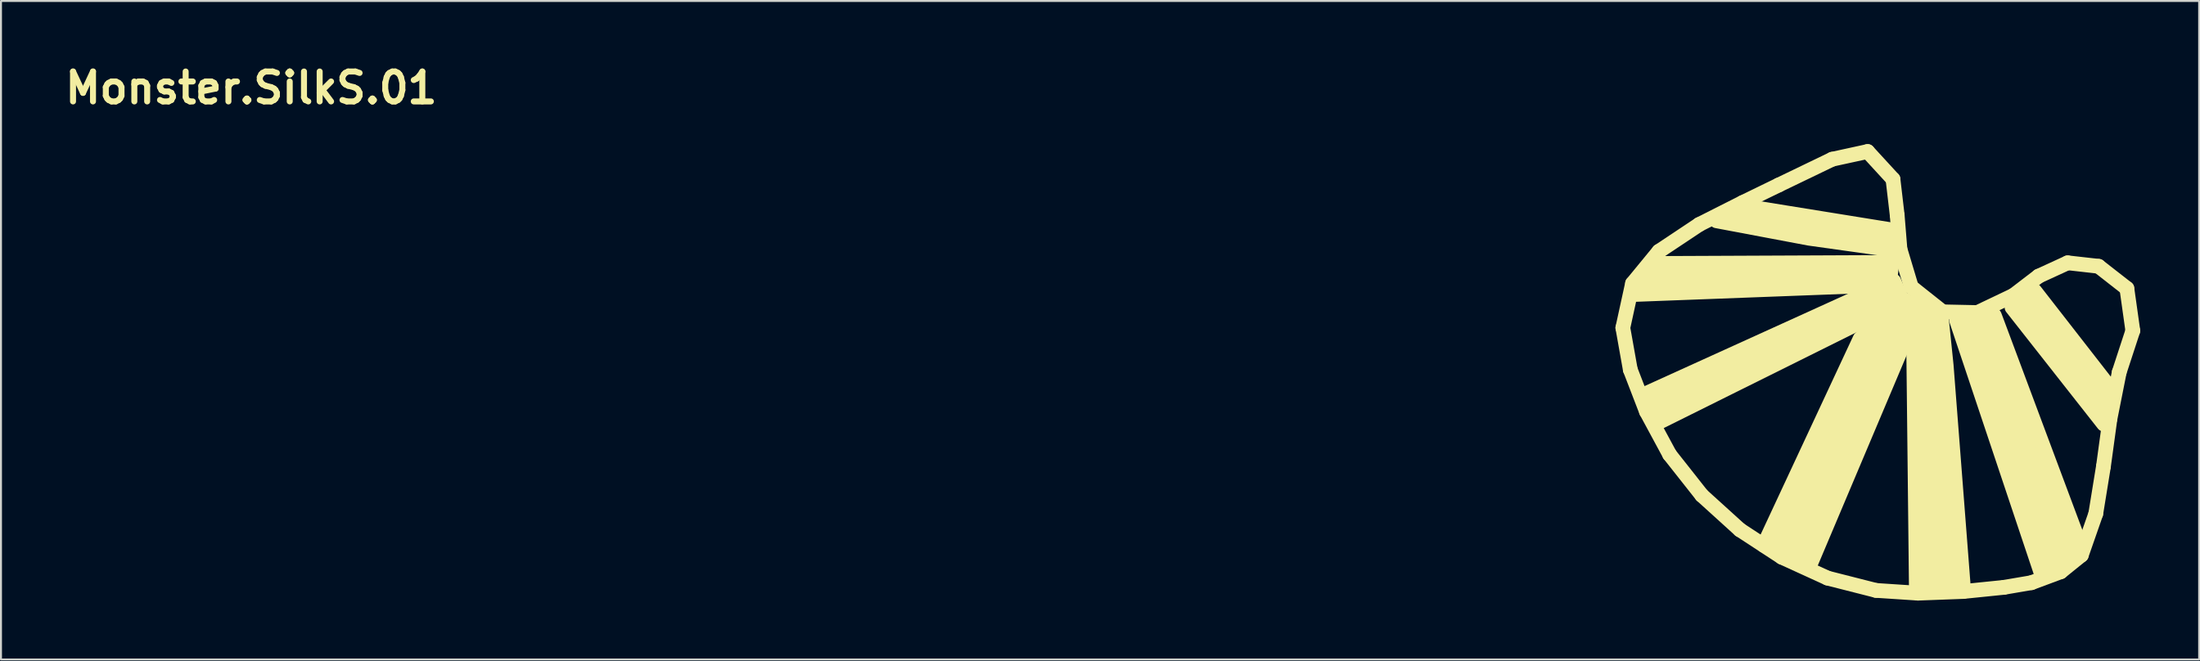
<source format=kicad_pcb>
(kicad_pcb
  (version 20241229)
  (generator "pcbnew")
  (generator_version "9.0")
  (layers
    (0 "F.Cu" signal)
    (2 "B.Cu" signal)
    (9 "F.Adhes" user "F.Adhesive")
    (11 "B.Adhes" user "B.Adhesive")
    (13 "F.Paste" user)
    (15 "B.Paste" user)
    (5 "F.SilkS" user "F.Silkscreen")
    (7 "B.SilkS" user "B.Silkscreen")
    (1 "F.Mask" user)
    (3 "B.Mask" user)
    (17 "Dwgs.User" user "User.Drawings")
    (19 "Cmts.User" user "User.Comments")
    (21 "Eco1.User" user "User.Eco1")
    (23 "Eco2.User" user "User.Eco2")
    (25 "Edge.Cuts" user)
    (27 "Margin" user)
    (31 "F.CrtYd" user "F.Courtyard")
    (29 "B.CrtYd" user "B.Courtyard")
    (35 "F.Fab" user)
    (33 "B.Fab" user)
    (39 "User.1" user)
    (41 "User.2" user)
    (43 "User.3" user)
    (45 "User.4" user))
  (footprint "Monster.SilkS.01"
    (layer "F.Cu")
    (at 9.739 15.937)
    (property "Reference" "Monster.SilkS.01" (at 0 -14.511 0) (layer "F.SilkS") (effects (font (size 1.524 1.524) (thickness 0.305))))
    (attr smd)
    (fp_line (start 69.82 -2.293) (end 70.2 -0.16) (stroke (width 0.751) (type solid)) (layer "F.SilkS"))
    (fp_line (start 70.2 -0.16) (end 71.022 1.974) (stroke (width 0.751) (type solid)) (layer "F.SilkS"))
    (fp_line (start 70.314 -4.554) (end 69.82 -2.293) (stroke (width 0.751) (type solid)) (layer "F.SilkS"))
    (fp_line (start 71.022 1.974) (end 72.203 4.162) (stroke (width 0.751) (type solid)) (layer "F.SilkS"))
    (fp_line (start 71.658 -6.19) (end 70.314 -4.554) (stroke (width 0.751) (type solid)) (layer "F.SilkS"))
    (fp_line (start 72.203 4.162) (end 73.841 6.237) (stroke (width 0.751) (type solid)) (layer "F.SilkS"))
    (fp_line (start 73.713 -7.558) (end 71.658 -6.19) (stroke (width 0.751) (type solid)) (layer "F.SilkS"))
    (fp_line (start 73.841 6.237) (end 75.779 7.995) (stroke (width 0.751) (type solid)) (layer "F.SilkS"))
    (fp_line (start 75.779 7.995) (end 77.916 9.392) (stroke (width 0.751) (type solid)) (layer "F.SilkS"))
    (fp_line (start 75.927 -8.676) (end 73.713 -7.558) (stroke (width 0.751) (type solid)) (layer "F.SilkS"))
    (fp_line (start 77.752 -9.564) (end 75.927 -8.676) (stroke (width 0.751) (type solid)) (layer "F.SilkS"))
    (fp_line (start 77.916 9.392) (end 80.238 10.453) (stroke (width 0.751) (type solid)) (layer "F.SilkS"))
    (fp_line (start 80.238 10.453) (end 82.711 11.082) (stroke (width 0.751) (type solid)) (layer "F.SilkS"))
    (fp_line (start 80.48 -10.879) (end 77.752 -9.564) (stroke (width 0.751) (type solid)) (layer "F.SilkS"))
    (fp_line (start 82.279 -11.271) (end 80.48 -10.879) (stroke (width 0.751) (type solid)) (layer "F.SilkS"))
    (fp_line (start 82.711 11.082) (end 84.845 11.222) (stroke (width 0.751) (type solid)) (layer "F.SilkS"))
    (fp_line (start 83.571 -9.864) (end 82.279 -11.271) (stroke (width 0.751) (type solid)) (layer "F.SilkS"))
    (fp_line (start 83.786 -8.025) (end 83.571 -9.864) (stroke (width 0.751) (type solid)) (layer "F.SilkS"))
    (fp_line (start 83.926 -6.3) (end 83.786 -8.025) (stroke (width 0.751) (type solid)) (layer "F.SilkS"))
    (fp_line (start 84.504 -4.373) (end 83.926 -6.3) (stroke (width 0.751) (type solid)) (layer "F.SilkS"))
    (fp_line (start 84.845 11.222) (end 87.156 11.136) (stroke (width 0.751) (type solid)) (layer "F.SilkS"))
    (fp_line (start 86.098 -3.106) (end 84.504 -4.373) (stroke (width 0.751) (type solid)) (layer "F.SilkS"))
    (fp_line (start 87.156 11.136) (end 89.223 10.925) (stroke (width 0.751) (type solid)) (layer "F.SilkS"))
    (fp_line (start 87.87 -3.069) (end 86.098 -3.106) (stroke (width 0.751) (type solid)) (layer "F.SilkS"))
    (fp_line (start 89.223 10.925) (end 90.62 10.687) (stroke (width 0.751) (type solid)) (layer "F.SilkS"))
    (fp_line (start 89.707 -3.945) (end 87.87 -3.069) (stroke (width 0.751) (type solid)) (layer "F.SilkS"))
    (fp_line (start 90.62 10.687) (end 92.11 10.132) (stroke (width 0.751) (type solid)) (layer "F.SilkS"))
    (fp_line (start 90.985 -4.923) (end 89.707 -3.945) (stroke (width 0.751) (type solid)) (layer "F.SilkS"))
    (fp_line (start 92.11 10.132) (end 93.158 9.285) (stroke (width 0.751) (type solid)) (layer "F.SilkS"))
    (fp_line (start 92.464 -5.603) (end 90.985 -4.923) (stroke (width 0.751) (type solid)) (layer "F.SilkS"))
    (fp_line (start 93.158 9.285) (end 93.894 7.175) (stroke (width 0.751) (type solid)) (layer "F.SilkS"))
    (fp_line (start 93.894 7.175) (end 94.284 4.77) (stroke (width 0.751) (type solid)) (layer "F.SilkS"))
    (fp_line (start 94.036 -5.426) (end 92.464 -5.603) (stroke (width 0.751) (type solid)) (layer "F.SilkS"))
    (fp_line (start 94.284 4.77) (end 94.615 2.349) (stroke (width 0.751) (type solid)) (layer "F.SilkS"))
    (fp_line (start 94.615 2.349) (end 95.088 -0.03) (stroke (width 0.751) (type solid)) (layer "F.SilkS"))
    (fp_line (start 95.088 -0.03) (end 95.78 -2.145) (stroke (width 0.751) (type solid)) (layer "F.SilkS"))
    (fp_line (start 95.477 -4.3) (end 94.036 -5.426) (stroke (width 0.751) (type solid)) (layer "F.SilkS"))
    (fp_line (start 95.78 -2.145) (end 95.477 -4.3) (stroke (width 0.751) (type solid)) (layer "F.SilkS"))
    (fp_poly (pts (xy 71.642 -5.577) (xy 70.49 -3.986) (xy 83.384 -4.474) (xy 83.528 -5.628) (xy 71.642 -5.577)) (stroke (width 0.737) (type solid)) (fill yes) (layer "F.SilkS"))
    (fp_poly (pts (xy 84.056 -3.649) (xy 83.609 -4.674) (xy 70.87 1.113) (xy 71.427 2.631) (xy 84.056 -3.649)) (stroke (width 0.751) (type solid)) (fill yes) (layer "F.SilkS"))
    (fp_poly (pts (xy 86.805 -2.684) (xy 91.139 10.273) (xy 93.112 8.808) (xy 88.731 -2.92) (xy 86.805 -2.684)) (stroke (width 0.751) (type solid)) (fill yes) (layer "F.SilkS"))
    (fp_poly (pts (xy 90.782 -4.175) (xy 89.632 -3.327) (xy 94.302 2.612) (xy 94.636 0.776) (xy 90.782 -4.175)) (stroke (width 0.751) (type solid)) (fill yes) (layer "F.SilkS"))
    (fp_poly (pts (xy 76.993 8.78) (xy 79.27 9.969) (xy 84.8 -3.12) (xy 84.2 -3.7) (xy 81.902 -1.746) (xy 76.993 8.78)) (stroke (width 0.751) (type solid)) (fill yes) (layer "F.SilkS"))
    (fp_poly (pts (xy 83.799 -6.224) (xy 83.774 -7.236) (xy 75.779 -8.527) (xy 74.59 -7.742) (xy 79.294 -6.855) (xy 83.799 -6.224)) (stroke (width 0.751) (type solid)) (fill yes) (layer "F.SilkS"))
    (fp_poly (pts (xy 86.032 -2.781) (xy 84.6 -3.556) (xy 84.761 10.981) (xy 87.164 11.057) (xy 86.279 -0.381) (xy 86.032 -2.781)) (stroke (width 0.751) (type solid)) (fill yes) (layer "F.SilkS")))
  (gr_rect
    (start -3 -3)
    (end 108.895 30.535)
    (stroke (width 0.1) (type default))
    (fill no)
    (layer "Edge.Cuts")))
</source>
